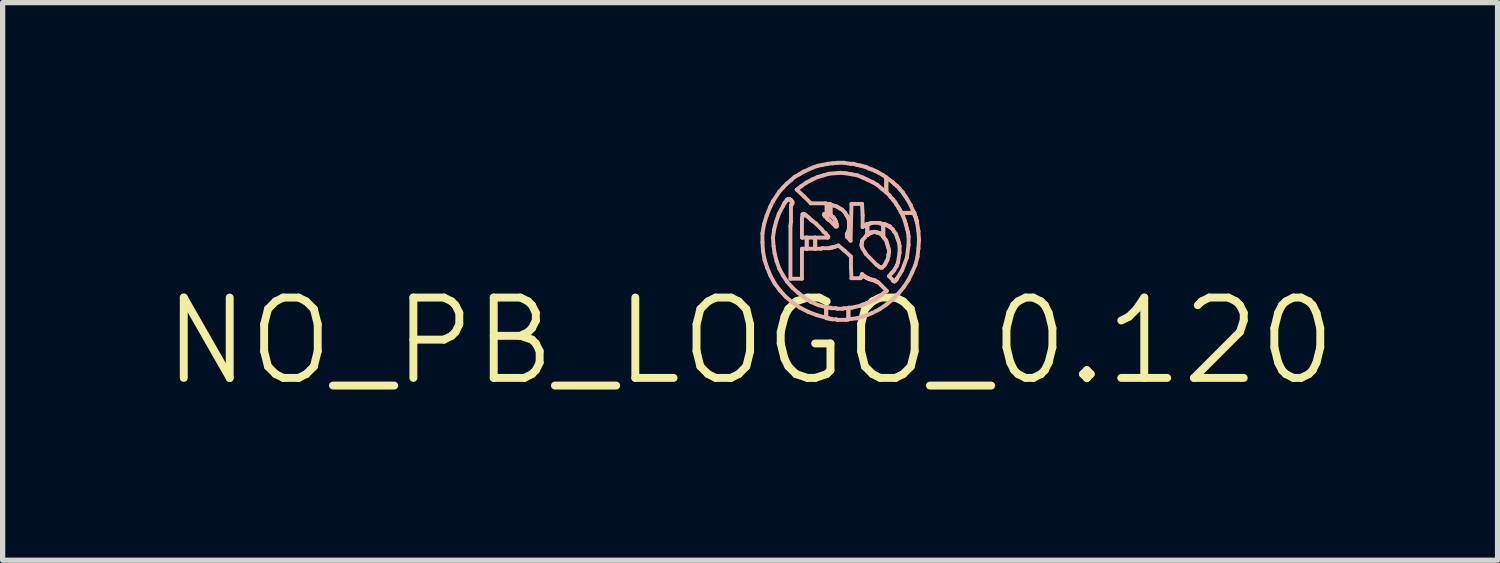
<source format=kicad_pcb>
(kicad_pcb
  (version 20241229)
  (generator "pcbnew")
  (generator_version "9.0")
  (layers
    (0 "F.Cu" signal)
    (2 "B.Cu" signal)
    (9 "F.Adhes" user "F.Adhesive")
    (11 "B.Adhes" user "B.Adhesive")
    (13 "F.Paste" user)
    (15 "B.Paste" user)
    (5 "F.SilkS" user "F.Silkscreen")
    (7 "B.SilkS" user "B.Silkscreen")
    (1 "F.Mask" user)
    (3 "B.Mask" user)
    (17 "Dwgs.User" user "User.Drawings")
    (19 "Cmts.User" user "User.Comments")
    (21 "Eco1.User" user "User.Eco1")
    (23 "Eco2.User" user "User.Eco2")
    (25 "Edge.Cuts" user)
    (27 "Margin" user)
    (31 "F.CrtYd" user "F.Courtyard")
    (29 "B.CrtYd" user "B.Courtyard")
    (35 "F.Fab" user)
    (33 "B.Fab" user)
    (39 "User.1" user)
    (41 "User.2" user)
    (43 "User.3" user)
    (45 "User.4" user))
  (footprint "NO_PB_LOGO_0.120"
    (layer "F.Cu")
    (at 11.176 3.42)
    (property "Reference" "NO_PB_LOGO_0.120" (at 0 0 0) (layer "F.SilkS") (effects (font (size 1.524 1.524) (thickness 0.15))))
    (attr exclude_from_pos_files exclude_from_bom)
    (fp_line (start 0.234 -2.045) (end 0.234 -1.875) (stroke (width 0.074) (type solid)) (layer "B.SilkS"))
    (fp_line (start 0.234 -1.875) (end 0.244 -1.714) (stroke (width 0.074) (type solid)) (layer "B.SilkS"))
    (fp_line (start 0.244 -1.714) (end 0.274 -1.544) (stroke (width 0.074) (type solid)) (layer "B.SilkS"))
    (fp_line (start 0.264 -2.215) (end 0.234 -2.045) (stroke (width 0.074) (type solid)) (layer "B.SilkS"))
    (fp_line (start 0.274 -1.544) (end 0.323 -1.394) (stroke (width 0.074) (type solid)) (layer "B.SilkS"))
    (fp_line (start 0.315 -2.383) (end 0.264 -2.215) (stroke (width 0.074) (type solid)) (layer "B.SilkS"))
    (fp_line (start 0.323 -1.394) (end 0.384 -1.245) (stroke (width 0.074) (type solid)) (layer "B.SilkS"))
    (fp_line (start 0.384 -2.553) (end 0.315 -2.383) (stroke (width 0.074) (type solid)) (layer "B.SilkS"))
    (fp_line (start 0.384 -1.245) (end 0.465 -1.095) (stroke (width 0.074) (type solid)) (layer "B.SilkS"))
    (fp_line (start 0.434 -2.654) (end 0.384 -2.553) (stroke (width 0.074) (type solid)) (layer "B.SilkS"))
    (fp_line (start 0.434 -1.963) (end 0.455 -2.113) (stroke (width 0.074) (type solid)) (layer "B.SilkS"))
    (fp_line (start 0.445 -1.803) (end 0.434 -1.963) (stroke (width 0.074) (type solid)) (layer "B.SilkS"))
    (fp_line (start 0.455 -2.113) (end 0.493 -2.263) (stroke (width 0.074) (type solid)) (layer "B.SilkS"))
    (fp_line (start 0.465 -1.664) (end 0.445 -1.803) (stroke (width 0.074) (type solid)) (layer "B.SilkS"))
    (fp_line (start 0.465 -1.095) (end 0.564 -0.963) (stroke (width 0.074) (type solid)) (layer "B.SilkS"))
    (fp_line (start 0.493 -2.263) (end 0.544 -2.413) (stroke (width 0.074) (type solid)) (layer "B.SilkS"))
    (fp_line (start 0.503 -1.514) (end 0.465 -1.664) (stroke (width 0.074) (type solid)) (layer "B.SilkS"))
    (fp_line (start 0.544 -2.413) (end 0.625 -2.563) (stroke (width 0.074) (type solid)) (layer "B.SilkS"))
    (fp_line (start 0.554 -2.835) (end 0.434 -2.654) (stroke (width 0.074) (type solid)) (layer "B.SilkS"))
    (fp_line (start 0.554 -1.374) (end 0.503 -1.514) (stroke (width 0.074) (type solid)) (layer "B.SilkS"))
    (fp_line (start 0.564 -0.963) (end 0.673 -0.843) (stroke (width 0.074) (type solid)) (layer "B.SilkS"))
    (fp_line (start 0.625 -2.913) (end 0.554 -2.835) (stroke (width 0.074) (type solid)) (layer "B.SilkS"))
    (fp_line (start 0.625 -2.563) (end 0.643 -2.603) (stroke (width 0.074) (type solid)) (layer "B.SilkS"))
    (fp_line (start 0.625 -1.245) (end 0.554 -1.374) (stroke (width 0.074) (type solid)) (layer "B.SilkS"))
    (fp_line (start 0.643 -2.603) (end 0.653 -2.614) (stroke (width 0.074) (type solid)) (layer "B.SilkS"))
    (fp_line (start 0.653 -2.614) (end 0.663 -2.634) (stroke (width 0.074) (type solid)) (layer "B.SilkS"))
    (fp_line (start 0.663 -2.634) (end 0.693 -2.664) (stroke (width 0.074) (type solid)) (layer "B.SilkS"))
    (fp_line (start 0.673 -0.843) (end 0.803 -0.734) (stroke (width 0.074) (type solid)) (layer "B.SilkS"))
    (fp_line (start 0.693 -2.985) (end 0.625 -2.913) (stroke (width 0.074) (type solid)) (layer "B.SilkS"))
    (fp_line (start 0.693 -2.675) (end 0.704 -2.675) (stroke (width 0.074) (type solid)) (layer "B.SilkS"))
    (fp_line (start 0.693 -2.664) (end 0.693 -2.675) (stroke (width 0.074) (type solid)) (layer "B.SilkS"))
    (fp_line (start 0.704 -2.685) (end 0.714 -2.685) (stroke (width 0.074) (type solid)) (layer "B.SilkS"))
    (fp_line (start 0.704 -2.675) (end 0.704 -2.685) (stroke (width 0.074) (type solid)) (layer "B.SilkS"))
    (fp_line (start 0.704 -1.123) (end 0.625 -1.245) (stroke (width 0.074) (type solid)) (layer "B.SilkS"))
    (fp_line (start 0.714 -2.685) (end 0.724 -2.695) (stroke (width 0.074) (type solid)) (layer "B.SilkS"))
    (fp_line (start 0.724 -2.695) (end 0.744 -2.695) (stroke (width 0.074) (type solid)) (layer "B.SilkS"))
    (fp_line (start 0.744 -2.695) (end 0.754 -2.685) (stroke (width 0.074) (type solid)) (layer "B.SilkS"))
    (fp_line (start 0.754 -2.685) (end 0.765 -2.685) (stroke (width 0.074) (type solid)) (layer "B.SilkS"))
    (fp_line (start 0.765 -2.685) (end 0.765 -2.675) (stroke (width 0.074) (type solid)) (layer "B.SilkS"))
    (fp_line (start 0.765 -2.675) (end 0.775 -2.675) (stroke (width 0.074) (type solid)) (layer "B.SilkS"))
    (fp_line (start 0.765 -2.184) (end 0.765 -1.184) (stroke (width 0.074) (type solid)) (layer "B.SilkS"))
    (fp_line (start 0.765 -1.184) (end 0.983 -1.184) (stroke (width 0.074) (type solid)) (layer "B.SilkS"))
    (fp_line (start 0.775 -3.053) (end 0.693 -2.985) (stroke (width 0.074) (type solid)) (layer "B.SilkS"))
    (fp_line (start 0.775 -2.675) (end 0.775 -2.664) (stroke (width 0.074) (type solid)) (layer "B.SilkS"))
    (fp_line (start 0.775 -2.664) (end 0.785 -2.664) (stroke (width 0.074) (type solid)) (layer "B.SilkS"))
    (fp_line (start 0.775 -2.563) (end 0.775 -2.263) (stroke (width 0.074) (type solid)) (layer "B.SilkS"))
    (fp_line (start 0.775 -2.263) (end 0.765 -2.184) (stroke (width 0.074) (type solid)) (layer "B.SilkS"))
    (fp_line (start 0.785 -2.664) (end 0.792 -2.654) (stroke (width 0.074) (type solid)) (layer "B.SilkS"))
    (fp_line (start 0.785 -2.603) (end 0.785 -2.583) (stroke (width 0.074) (type solid)) (layer "B.SilkS"))
    (fp_line (start 0.785 -2.583) (end 0.775 -2.563) (stroke (width 0.074) (type solid)) (layer "B.SilkS"))
    (fp_line (start 0.792 -2.654) (end 0.792 -2.644) (stroke (width 0.074) (type solid)) (layer "B.SilkS"))
    (fp_line (start 0.792 -2.644) (end 0.803 -2.644) (stroke (width 0.074) (type solid)) (layer "B.SilkS"))
    (fp_line (start 0.792 -2.614) (end 0.785 -2.603) (stroke (width 0.074) (type solid)) (layer "B.SilkS"))
    (fp_line (start 0.803 -2.644) (end 0.803 -2.614) (stroke (width 0.074) (type solid)) (layer "B.SilkS"))
    (fp_line (start 0.803 -2.614) (end 0.792 -2.614) (stroke (width 0.074) (type solid)) (layer "B.SilkS"))
    (fp_line (start 0.803 -1.013) (end 0.704 -1.123) (stroke (width 0.074) (type solid)) (layer "B.SilkS"))
    (fp_line (start 0.803 -0.734) (end 0.945 -0.635) (stroke (width 0.074) (type solid)) (layer "B.SilkS"))
    (fp_line (start 0.843 -3.114) (end 0.775 -3.053) (stroke (width 0.074) (type solid)) (layer "B.SilkS"))
    (fp_line (start 0.884 -2.873) (end 0.963 -2.934) (stroke (width 0.074) (type solid)) (layer "B.SilkS"))
    (fp_line (start 0.914 -0.914) (end 0.803 -1.013) (stroke (width 0.074) (type solid)) (layer "B.SilkS"))
    (fp_line (start 0.935 -3.165) (end 0.843 -3.114) (stroke (width 0.074) (type solid)) (layer "B.SilkS"))
    (fp_line (start 0.945 -0.635) (end 1.105 -0.554) (stroke (width 0.074) (type solid)) (layer "B.SilkS"))
    (fp_line (start 0.963 -2.934) (end 1.064 -3.005) (stroke (width 0.074) (type solid)) (layer "B.SilkS"))
    (fp_line (start 0.983 -2.334) (end 0.993 -2.355) (stroke (width 0.074) (type solid)) (layer "B.SilkS"))
    (fp_line (start 0.983 -1.963) (end 0.983 -2.334) (stroke (width 0.074) (type solid)) (layer "B.SilkS"))
    (fp_line (start 0.983 -1.753) (end 1.074 -1.753) (stroke (width 0.074) (type solid)) (layer "B.SilkS"))
    (fp_line (start 0.983 -1.184) (end 0.983 -1.753) (stroke (width 0.074) (type solid)) (layer "B.SilkS"))
    (fp_line (start 0.993 -2.403) (end 1.003 -2.413) (stroke (width 0.074) (type solid)) (layer "B.SilkS"))
    (fp_line (start 0.993 -2.355) (end 0.993 -2.403) (stroke (width 0.074) (type solid)) (layer "B.SilkS"))
    (fp_line (start 1.003 -2.413) (end 1.024 -2.413) (stroke (width 0.074) (type solid)) (layer "B.SilkS"))
    (fp_line (start 1.013 -3.213) (end 0.935 -3.165) (stroke (width 0.074) (type solid)) (layer "B.SilkS"))
    (fp_line (start 1.024 -2.743) (end 0.884 -2.873) (stroke (width 0.074) (type solid)) (layer "B.SilkS"))
    (fp_line (start 1.024 -2.413) (end 1.034 -2.403) (stroke (width 0.074) (type solid)) (layer "B.SilkS"))
    (fp_line (start 1.034 -2.403) (end 1.054 -2.393) (stroke (width 0.074) (type solid)) (layer "B.SilkS"))
    (fp_line (start 1.034 -0.823) (end 0.914 -0.914) (stroke (width 0.074) (type solid)) (layer "B.SilkS"))
    (fp_line (start 1.054 -2.393) (end 1.085 -2.365) (stroke (width 0.074) (type solid)) (layer "B.SilkS"))
    (fp_line (start 1.064 -3.005) (end 1.173 -3.063) (stroke (width 0.074) (type solid)) (layer "B.SilkS"))
    (fp_line (start 1.074 -1.963) (end 0.983 -1.963) (stroke (width 0.074) (type solid)) (layer "B.SilkS"))
    (fp_line (start 1.074 -1.963) (end 1.074 -1.753) (stroke (width 0.074) (type solid)) (layer "B.SilkS"))
    (fp_line (start 1.074 -1.753) (end 1.074 -1.963) (stroke (width 0.074) (type solid)) (layer "B.SilkS"))
    (fp_line (start 1.074 -1.753) (end 1.234 -1.753) (stroke (width 0.074) (type solid)) (layer "B.SilkS"))
    (fp_line (start 1.085 -2.365) (end 1.113 -2.344) (stroke (width 0.074) (type solid)) (layer "B.SilkS"))
    (fp_line (start 1.105 -0.554) (end 1.265 -0.493) (stroke (width 0.074) (type solid)) (layer "B.SilkS"))
    (fp_line (start 1.113 -2.344) (end 1.153 -2.304) (stroke (width 0.074) (type solid)) (layer "B.SilkS"))
    (fp_line (start 1.153 -2.614) (end 1.024 -2.743) (stroke (width 0.074) (type solid)) (layer "B.SilkS"))
    (fp_line (start 1.153 -2.304) (end 1.194 -2.273) (stroke (width 0.074) (type solid)) (layer "B.SilkS"))
    (fp_line (start 1.153 -0.744) (end 1.034 -0.823) (stroke (width 0.074) (type solid)) (layer "B.SilkS"))
    (fp_line (start 1.173 -3.063) (end 1.283 -3.114) (stroke (width 0.074) (type solid)) (layer "B.SilkS"))
    (fp_line (start 1.194 -3.294) (end 1.013 -3.213) (stroke (width 0.074) (type solid)) (layer "B.SilkS"))
    (fp_line (start 1.194 -2.273) (end 1.245 -2.233) (stroke (width 0.074) (type solid)) (layer "B.SilkS"))
    (fp_line (start 1.234 -1.963) (end 1.074 -1.963) (stroke (width 0.074) (type solid)) (layer "B.SilkS"))
    (fp_line (start 1.234 -1.963) (end 1.234 -1.753) (stroke (width 0.074) (type solid)) (layer "B.SilkS"))
    (fp_line (start 1.234 -1.753) (end 1.234 -1.963) (stroke (width 0.074) (type solid)) (layer "B.SilkS"))
    (fp_line (start 1.234 -1.753) (end 1.344 -1.753) (stroke (width 0.074) (type solid)) (layer "B.SilkS"))
    (fp_line (start 1.245 -2.233) (end 1.364 -2.113) (stroke (width 0.074) (type solid)) (layer "B.SilkS"))
    (fp_line (start 1.265 -0.493) (end 1.443 -0.445) (stroke (width 0.074) (type solid)) (layer "B.SilkS"))
    (fp_line (start 1.283 -3.325) (end 1.194 -3.294) (stroke (width 0.074) (type solid)) (layer "B.SilkS"))
    (fp_line (start 1.283 -3.114) (end 1.394 -3.145) (stroke (width 0.074) (type solid)) (layer "B.SilkS"))
    (fp_line (start 1.293 -0.683) (end 1.153 -0.744) (stroke (width 0.074) (type solid)) (layer "B.SilkS"))
    (fp_line (start 1.344 -1.753) (end 1.374 -1.763) (stroke (width 0.074) (type solid)) (layer "B.SilkS"))
    (fp_line (start 1.364 -2.113) (end 1.394 -2.073) (stroke (width 0.074) (type solid)) (layer "B.SilkS"))
    (fp_line (start 1.374 -3.343) (end 1.283 -3.325) (stroke (width 0.074) (type solid)) (layer "B.SilkS"))
    (fp_line (start 1.374 -1.763) (end 1.504 -1.763) (stroke (width 0.074) (type solid)) (layer "B.SilkS"))
    (fp_line (start 1.394 -3.145) (end 1.494 -3.175) (stroke (width 0.074) (type solid)) (layer "B.SilkS"))
    (fp_line (start 1.394 -2.073) (end 1.433 -2.045) (stroke (width 0.074) (type solid)) (layer "B.SilkS"))
    (fp_line (start 1.405 -2.413) (end 1.453 -2.413) (stroke (width 0.074) (type solid)) (layer "B.SilkS"))
    (fp_line (start 1.405 -2.393) (end 1.405 -2.413) (stroke (width 0.074) (type solid)) (layer "B.SilkS"))
    (fp_line (start 1.415 -2.383) (end 1.405 -2.393) (stroke (width 0.074) (type solid)) (layer "B.SilkS"))
    (fp_line (start 1.415 -2.375) (end 1.415 -2.383) (stroke (width 0.074) (type solid)) (layer "B.SilkS"))
    (fp_line (start 1.425 -2.365) (end 1.415 -2.375) (stroke (width 0.074) (type solid)) (layer "B.SilkS"))
    (fp_line (start 1.433 -2.614) (end 1.153 -2.614) (stroke (width 0.074) (type solid)) (layer "B.SilkS"))
    (fp_line (start 1.433 -2.045) (end 1.453 -2.014) (stroke (width 0.074) (type solid)) (layer "B.SilkS"))
    (fp_line (start 1.443 -2.603) (end 1.433 -2.614) (stroke (width 0.074) (type solid)) (layer "B.SilkS"))
    (fp_line (start 1.443 -2.355) (end 1.425 -2.365) (stroke (width 0.074) (type solid)) (layer "B.SilkS"))
    (fp_line (start 1.443 -0.643) (end 1.293 -0.683) (stroke (width 0.074) (type solid)) (layer "B.SilkS"))
    (fp_line (start 1.443 -0.643) (end 1.443 -0.445) (stroke (width 0.074) (type solid)) (layer "B.SilkS"))
    (fp_line (start 1.443 -0.445) (end 1.443 -0.643) (stroke (width 0.074) (type solid)) (layer "B.SilkS"))
    (fp_line (start 1.443 -0.445) (end 1.453 -0.445) (stroke (width 0.074) (type solid)) (layer "B.SilkS"))
    (fp_line (start 1.453 -2.603) (end 1.443 -2.603) (stroke (width 0.074) (type solid)) (layer "B.SilkS"))
    (fp_line (start 1.453 -2.603) (end 1.453 -2.403) (stroke (width 0.074) (type solid)) (layer "B.SilkS"))
    (fp_line (start 1.453 -2.413) (end 1.453 -2.403) (stroke (width 0.074) (type solid)) (layer "B.SilkS"))
    (fp_line (start 1.453 -2.403) (end 1.453 -2.603) (stroke (width 0.074) (type solid)) (layer "B.SilkS"))
    (fp_line (start 1.453 -2.403) (end 1.494 -2.403) (stroke (width 0.074) (type solid)) (layer "B.SilkS"))
    (fp_line (start 1.453 -2.344) (end 1.443 -2.355) (stroke (width 0.074) (type solid)) (layer "B.SilkS"))
    (fp_line (start 1.453 -2.014) (end 1.473 -1.994) (stroke (width 0.074) (type solid)) (layer "B.SilkS"))
    (fp_line (start 1.453 -0.445) (end 1.453 -0.434) (stroke (width 0.074) (type solid)) (layer "B.SilkS"))
    (fp_line (start 1.453 -0.434) (end 1.494 -0.434) (stroke (width 0.074) (type solid)) (layer "B.SilkS"))
    (fp_line (start 1.463 -2.324) (end 1.453 -2.344) (stroke (width 0.074) (type solid)) (layer "B.SilkS"))
    (fp_line (start 1.463 -0.643) (end 1.443 -0.643) (stroke (width 0.074) (type solid)) (layer "B.SilkS"))
    (fp_line (start 1.473 -3.363) (end 1.374 -3.343) (stroke (width 0.074) (type solid)) (layer "B.SilkS"))
    (fp_line (start 1.473 -1.994) (end 1.483 -1.974) (stroke (width 0.074) (type solid)) (layer "B.SilkS"))
    (fp_line (start 1.473 -1.963) (end 1.234 -1.963) (stroke (width 0.074) (type solid)) (layer "B.SilkS"))
    (fp_line (start 1.483 -2.304) (end 1.463 -2.324) (stroke (width 0.074) (type solid)) (layer "B.SilkS"))
    (fp_line (start 1.483 -1.974) (end 1.473 -1.963) (stroke (width 0.074) (type solid)) (layer "B.SilkS"))
    (fp_line (start 1.494 -3.175) (end 1.714 -3.193) (stroke (width 0.074) (type solid)) (layer "B.SilkS"))
    (fp_line (start 1.494 -2.603) (end 1.453 -2.603) (stroke (width 0.074) (type solid)) (layer "B.SilkS"))
    (fp_line (start 1.494 -2.593) (end 1.494 -2.603) (stroke (width 0.074) (type solid)) (layer "B.SilkS"))
    (fp_line (start 1.494 -2.403) (end 1.494 -2.393) (stroke (width 0.074) (type solid)) (layer "B.SilkS"))
    (fp_line (start 1.494 -2.393) (end 1.514 -2.393) (stroke (width 0.074) (type solid)) (layer "B.SilkS"))
    (fp_line (start 1.494 -0.635) (end 1.463 -0.643) (stroke (width 0.074) (type solid)) (layer "B.SilkS"))
    (fp_line (start 1.494 -0.434) (end 1.504 -0.424) (stroke (width 0.074) (type solid)) (layer "B.SilkS"))
    (fp_line (start 1.504 -2.294) (end 1.483 -2.304) (stroke (width 0.074) (type solid)) (layer "B.SilkS"))
    (fp_line (start 1.504 -1.763) (end 1.524 -1.773) (stroke (width 0.074) (type solid)) (layer "B.SilkS"))
    (fp_line (start 1.504 -0.424) (end 1.544 -0.424) (stroke (width 0.074) (type solid)) (layer "B.SilkS"))
    (fp_line (start 1.514 -2.393) (end 1.524 -2.383) (stroke (width 0.074) (type solid)) (layer "B.SilkS"))
    (fp_line (start 1.524 -2.593) (end 1.494 -2.593) (stroke (width 0.074) (type solid)) (layer "B.SilkS"))
    (fp_line (start 1.524 -2.593) (end 1.524 -2.383) (stroke (width 0.074) (type solid)) (layer "B.SilkS"))
    (fp_line (start 1.524 -2.383) (end 1.524 -2.593) (stroke (width 0.074) (type solid)) (layer "B.SilkS"))
    (fp_line (start 1.524 -2.383) (end 1.534 -2.383) (stroke (width 0.074) (type solid)) (layer "B.SilkS"))
    (fp_line (start 1.524 -1.773) (end 1.554 -1.773) (stroke (width 0.074) (type solid)) (layer "B.SilkS"))
    (fp_line (start 1.524 -0.635) (end 1.494 -0.635) (stroke (width 0.074) (type solid)) (layer "B.SilkS"))
    (fp_line (start 1.534 -2.383) (end 1.565 -2.355) (stroke (width 0.074) (type solid)) (layer "B.SilkS"))
    (fp_line (start 1.544 -0.625) (end 1.524 -0.635) (stroke (width 0.074) (type solid)) (layer "B.SilkS"))
    (fp_line (start 1.544 -0.424) (end 1.554 -0.414) (stroke (width 0.074) (type solid)) (layer "B.SilkS"))
    (fp_line (start 1.554 -1.773) (end 1.565 -1.783) (stroke (width 0.074) (type solid)) (layer "B.SilkS"))
    (fp_line (start 1.554 -0.414) (end 1.633 -0.414) (stroke (width 0.074) (type solid)) (layer "B.SilkS"))
    (fp_line (start 1.565 -3.373) (end 1.473 -3.363) (stroke (width 0.074) (type solid)) (layer "B.SilkS"))
    (fp_line (start 1.565 -2.355) (end 1.575 -2.355) (stroke (width 0.074) (type solid)) (layer "B.SilkS"))
    (fp_line (start 1.565 -1.783) (end 1.593 -1.783) (stroke (width 0.074) (type solid)) (layer "B.SilkS"))
    (fp_line (start 1.575 -2.573) (end 1.524 -2.593) (stroke (width 0.074) (type solid)) (layer "B.SilkS"))
    (fp_line (start 1.575 -2.355) (end 1.593 -2.334) (stroke (width 0.074) (type solid)) (layer "B.SilkS"))
    (fp_line (start 1.593 -2.334) (end 1.593 -2.324) (stroke (width 0.074) (type solid)) (layer "B.SilkS"))
    (fp_line (start 1.593 -2.324) (end 1.613 -2.304) (stroke (width 0.074) (type solid)) (layer "B.SilkS"))
    (fp_line (start 1.593 -1.783) (end 1.674 -1.814) (stroke (width 0.074) (type solid)) (layer "B.SilkS"))
    (fp_line (start 1.613 -2.304) (end 1.613 -2.283) (stroke (width 0.074) (type solid)) (layer "B.SilkS"))
    (fp_line (start 1.613 -2.283) (end 1.623 -2.273) (stroke (width 0.074) (type solid)) (layer "B.SilkS"))
    (fp_line (start 1.623 -2.563) (end 1.575 -2.573) (stroke (width 0.074) (type solid)) (layer "B.SilkS"))
    (fp_line (start 1.623 -2.273) (end 1.623 -2.263) (stroke (width 0.074) (type solid)) (layer "B.SilkS"))
    (fp_line (start 1.623 -2.263) (end 1.633 -2.253) (stroke (width 0.074) (type solid)) (layer "B.SilkS"))
    (fp_line (start 1.623 -2.174) (end 1.504 -2.294) (stroke (width 0.074) (type solid)) (layer "B.SilkS"))
    (fp_line (start 1.623 -0.625) (end 1.544 -0.625) (stroke (width 0.074) (type solid)) (layer "B.SilkS"))
    (fp_line (start 1.633 -2.253) (end 1.633 -2.223) (stroke (width 0.074) (type solid)) (layer "B.SilkS"))
    (fp_line (start 1.633 -2.223) (end 1.643 -2.215) (stroke (width 0.074) (type solid)) (layer "B.SilkS"))
    (fp_line (start 1.633 -0.414) (end 1.654 -0.404) (stroke (width 0.074) (type solid)) (layer "B.SilkS"))
    (fp_line (start 1.643 -2.215) (end 1.643 -2.174) (stroke (width 0.074) (type solid)) (layer "B.SilkS"))
    (fp_line (start 1.643 -2.174) (end 1.623 -2.174) (stroke (width 0.074) (type solid)) (layer "B.SilkS"))
    (fp_line (start 1.654 -0.615) (end 1.623 -0.625) (stroke (width 0.074) (type solid)) (layer "B.SilkS"))
    (fp_line (start 1.654 -0.404) (end 1.824 -0.404) (stroke (width 0.074) (type solid)) (layer "B.SilkS"))
    (fp_line (start 1.664 -3.383) (end 1.565 -3.373) (stroke (width 0.074) (type solid)) (layer "B.SilkS"))
    (fp_line (start 1.664 -2.543) (end 1.623 -2.563) (stroke (width 0.074) (type solid)) (layer "B.SilkS"))
    (fp_line (start 1.674 -1.814) (end 1.793 -1.714) (stroke (width 0.074) (type solid)) (layer "B.SilkS"))
    (fp_line (start 1.704 -2.515) (end 1.664 -2.543) (stroke (width 0.074) (type solid)) (layer "B.SilkS"))
    (fp_line (start 1.714 -3.193) (end 1.824 -3.183) (stroke (width 0.074) (type solid)) (layer "B.SilkS"))
    (fp_line (start 1.745 -2.494) (end 1.704 -2.515) (stroke (width 0.074) (type solid)) (layer "B.SilkS"))
    (fp_line (start 1.753 -0.615) (end 1.654 -0.615) (stroke (width 0.074) (type solid)) (layer "B.SilkS"))
    (fp_line (start 1.783 -3.383) (end 1.664 -3.383) (stroke (width 0.074) (type solid)) (layer "B.SilkS"))
    (fp_line (start 1.783 -0.625) (end 1.753 -0.615) (stroke (width 0.074) (type solid)) (layer "B.SilkS"))
    (fp_line (start 1.793 -1.714) (end 1.913 -1.603) (stroke (width 0.074) (type solid)) (layer "B.SilkS"))
    (fp_line (start 1.803 -2.433) (end 1.745 -2.494) (stroke (width 0.074) (type solid)) (layer "B.SilkS"))
    (fp_line (start 1.824 -3.183) (end 1.923 -3.165) (stroke (width 0.074) (type solid)) (layer "B.SilkS"))
    (fp_line (start 1.824 -2.393) (end 1.803 -2.433) (stroke (width 0.074) (type solid)) (layer "B.SilkS"))
    (fp_line (start 1.824 -0.404) (end 1.844 -0.414) (stroke (width 0.074) (type solid)) (layer "B.SilkS"))
    (fp_line (start 1.834 -2.024) (end 1.844 -2.035) (stroke (width 0.074) (type solid)) (layer "B.SilkS"))
    (fp_line (start 1.834 -1.984) (end 1.834 -2.024) (stroke (width 0.074) (type solid)) (layer "B.SilkS"))
    (fp_line (start 1.844 -2.365) (end 1.824 -2.393) (stroke (width 0.074) (type solid)) (layer "B.SilkS"))
    (fp_line (start 1.844 -2.045) (end 1.864 -2.093) (stroke (width 0.074) (type solid)) (layer "B.SilkS"))
    (fp_line (start 1.844 -2.035) (end 1.844 -2.045) (stroke (width 0.074) (type solid)) (layer "B.SilkS"))
    (fp_line (start 1.844 -1.984) (end 1.834 -1.984) (stroke (width 0.074) (type solid)) (layer "B.SilkS"))
    (fp_line (start 1.844 -1.974) (end 1.844 -1.984) (stroke (width 0.074) (type solid)) (layer "B.SilkS"))
    (fp_line (start 1.844 -0.414) (end 1.864 -0.414) (stroke (width 0.074) (type solid)) (layer "B.SilkS"))
    (fp_line (start 1.864 -2.324) (end 1.844 -2.365) (stroke (width 0.074) (type solid)) (layer "B.SilkS"))
    (fp_line (start 1.864 -2.093) (end 1.875 -2.144) (stroke (width 0.074) (type solid)) (layer "B.SilkS"))
    (fp_line (start 1.864 -1.953) (end 1.844 -1.974) (stroke (width 0.074) (type solid)) (layer "B.SilkS"))
    (fp_line (start 1.864 -0.625) (end 1.783 -0.625) (stroke (width 0.074) (type solid)) (layer "B.SilkS"))
    (fp_line (start 1.864 -0.625) (end 1.864 -0.414) (stroke (width 0.074) (type solid)) (layer "B.SilkS"))
    (fp_line (start 1.864 -0.414) (end 1.864 -0.625) (stroke (width 0.074) (type solid)) (layer "B.SilkS"))
    (fp_line (start 1.864 -0.414) (end 2.024 -0.434) (stroke (width 0.074) (type solid)) (layer "B.SilkS"))
    (fp_line (start 1.875 -2.283) (end 1.864 -2.324) (stroke (width 0.074) (type solid)) (layer "B.SilkS"))
    (fp_line (start 1.875 -2.144) (end 1.875 -2.283) (stroke (width 0.074) (type solid)) (layer "B.SilkS"))
    (fp_line (start 1.875 -0.635) (end 1.875 -0.625) (stroke (width 0.074) (type solid)) (layer "B.SilkS"))
    (fp_line (start 1.875 -0.625) (end 1.864 -0.625) (stroke (width 0.074) (type solid)) (layer "B.SilkS"))
    (fp_line (start 1.905 -3.363) (end 1.783 -3.383) (stroke (width 0.074) (type solid)) (layer "B.SilkS"))
    (fp_line (start 1.905 -1.905) (end 1.864 -1.953) (stroke (width 0.074) (type solid)) (layer "B.SilkS"))
    (fp_line (start 1.913 -1.603) (end 1.913 -1.394) (stroke (width 0.074) (type solid)) (layer "B.SilkS"))
    (fp_line (start 1.913 -1.394) (end 1.923 -1.194) (stroke (width 0.074) (type solid)) (layer "B.SilkS"))
    (fp_line (start 1.923 -3.165) (end 2.035 -3.145) (stroke (width 0.074) (type solid)) (layer "B.SilkS"))
    (fp_line (start 1.923 -2.603) (end 1.905 -1.905) (stroke (width 0.074) (type solid)) (layer "B.SilkS"))
    (fp_line (start 1.923 -1.194) (end 2.093 -1.194) (stroke (width 0.074) (type solid)) (layer "B.SilkS"))
    (fp_line (start 1.933 -0.635) (end 1.875 -0.635) (stroke (width 0.074) (type solid)) (layer "B.SilkS"))
    (fp_line (start 1.963 -3.363) (end 1.905 -3.363) (stroke (width 0.074) (type solid)) (layer "B.SilkS"))
    (fp_line (start 2.024 -3.343) (end 1.963 -3.363) (stroke (width 0.074) (type solid)) (layer "B.SilkS"))
    (fp_line (start 2.024 -0.434) (end 2.174 -0.475) (stroke (width 0.074) (type solid)) (layer "B.SilkS"))
    (fp_line (start 2.035 -3.145) (end 2.134 -3.104) (stroke (width 0.074) (type solid)) (layer "B.SilkS"))
    (fp_line (start 2.083 -3.332) (end 2.024 -3.343) (stroke (width 0.074) (type solid)) (layer "B.SilkS"))
    (fp_line (start 2.093 -1.194) (end 2.103 -1.204) (stroke (width 0.074) (type solid)) (layer "B.SilkS"))
    (fp_line (start 2.093 -0.673) (end 1.933 -0.635) (stroke (width 0.074) (type solid)) (layer "B.SilkS"))
    (fp_line (start 2.103 -1.214) (end 2.113 -1.214) (stroke (width 0.074) (type solid)) (layer "B.SilkS"))
    (fp_line (start 2.103 -1.204) (end 2.103 -1.214) (stroke (width 0.074) (type solid)) (layer "B.SilkS"))
    (fp_line (start 2.113 -1.844) (end 2.123 -1.864) (stroke (width 0.074) (type solid)) (layer "B.SilkS"))
    (fp_line (start 2.113 -1.814) (end 2.113 -1.844) (stroke (width 0.074) (type solid)) (layer "B.SilkS"))
    (fp_line (start 2.113 -1.234) (end 2.123 -1.273) (stroke (width 0.074) (type solid)) (layer "B.SilkS"))
    (fp_line (start 2.113 -1.214) (end 2.113 -1.234) (stroke (width 0.074) (type solid)) (layer "B.SilkS"))
    (fp_line (start 2.123 -2.603) (end 1.923 -2.603) (stroke (width 0.074) (type solid)) (layer "B.SilkS"))
    (fp_line (start 2.123 -1.895) (end 2.134 -1.923) (stroke (width 0.074) (type solid)) (layer "B.SilkS"))
    (fp_line (start 2.123 -1.864) (end 2.123 -1.895) (stroke (width 0.074) (type solid)) (layer "B.SilkS"))
    (fp_line (start 2.123 -1.273) (end 2.174 -1.224) (stroke (width 0.074) (type solid)) (layer "B.SilkS"))
    (fp_line (start 2.134 -3.104) (end 2.223 -3.063) (stroke (width 0.074) (type solid)) (layer "B.SilkS"))
    (fp_line (start 2.134 -2.383) (end 2.123 -2.603) (stroke (width 0.074) (type solid)) (layer "B.SilkS"))
    (fp_line (start 2.134 -2.164) (end 2.134 -2.383) (stroke (width 0.074) (type solid)) (layer "B.SilkS"))
    (fp_line (start 2.134 -1.923) (end 2.174 -1.963) (stroke (width 0.074) (type solid)) (layer "B.SilkS"))
    (fp_line (start 2.134 -1.753) (end 2.113 -1.814) (stroke (width 0.074) (type solid)) (layer "B.SilkS"))
    (fp_line (start 2.134 -0.693) (end 2.093 -0.673) (stroke (width 0.074) (type solid)) (layer "B.SilkS"))
    (fp_line (start 2.144 -3.315) (end 2.083 -3.332) (stroke (width 0.074) (type solid)) (layer "B.SilkS"))
    (fp_line (start 2.174 -1.963) (end 2.195 -1.994) (stroke (width 0.074) (type solid)) (layer "B.SilkS"))
    (fp_line (start 2.174 -1.694) (end 2.134 -1.753) (stroke (width 0.074) (type solid)) (layer "B.SilkS"))
    (fp_line (start 2.174 -1.224) (end 2.184 -1.224) (stroke (width 0.074) (type solid)) (layer "B.SilkS"))
    (fp_line (start 2.174 -0.704) (end 2.134 -0.693) (stroke (width 0.074) (type solid)) (layer "B.SilkS"))
    (fp_line (start 2.174 -0.475) (end 2.314 -0.533) (stroke (width 0.074) (type solid)) (layer "B.SilkS"))
    (fp_line (start 2.184 -2.195) (end 2.134 -2.164) (stroke (width 0.074) (type solid)) (layer "B.SilkS"))
    (fp_line (start 2.184 -1.224) (end 2.184 -1.214) (stroke (width 0.074) (type solid)) (layer "B.SilkS"))
    (fp_line (start 2.184 -1.214) (end 2.195 -1.214) (stroke (width 0.074) (type solid)) (layer "B.SilkS"))
    (fp_line (start 2.195 -3.305) (end 2.144 -3.315) (stroke (width 0.074) (type solid)) (layer "B.SilkS"))
    (fp_line (start 2.195 -2.205) (end 2.184 -2.195) (stroke (width 0.074) (type solid)) (layer "B.SilkS"))
    (fp_line (start 2.195 -1.994) (end 2.223 -2.014) (stroke (width 0.074) (type solid)) (layer "B.SilkS"))
    (fp_line (start 2.195 -1.654) (end 2.174 -1.694) (stroke (width 0.074) (type solid)) (layer "B.SilkS"))
    (fp_line (start 2.195 -1.214) (end 2.205 -1.204) (stroke (width 0.074) (type solid)) (layer "B.SilkS"))
    (fp_line (start 2.205 -2.215) (end 2.205 -2.205) (stroke (width 0.074) (type solid)) (layer "B.SilkS"))
    (fp_line (start 2.205 -2.205) (end 2.195 -2.205) (stroke (width 0.074) (type solid)) (layer "B.SilkS"))
    (fp_line (start 2.205 -1.204) (end 2.215 -1.204) (stroke (width 0.074) (type solid)) (layer "B.SilkS"))
    (fp_line (start 2.215 -1.204) (end 2.223 -1.194) (stroke (width 0.074) (type solid)) (layer "B.SilkS"))
    (fp_line (start 2.215 -0.724) (end 2.174 -0.704) (stroke (width 0.074) (type solid)) (layer "B.SilkS"))
    (fp_line (start 2.223 -3.063) (end 2.324 -3.015) (stroke (width 0.074) (type solid)) (layer "B.SilkS"))
    (fp_line (start 2.223 -2.215) (end 2.205 -2.215) (stroke (width 0.074) (type solid)) (layer "B.SilkS"))
    (fp_line (start 2.223 -2.215) (end 2.223 -2.014) (stroke (width 0.074) (type solid)) (layer "B.SilkS"))
    (fp_line (start 2.223 -2.024) (end 2.233 -2.024) (stroke (width 0.074) (type solid)) (layer "B.SilkS"))
    (fp_line (start 2.223 -2.014) (end 2.223 -2.215) (stroke (width 0.074) (type solid)) (layer "B.SilkS"))
    (fp_line (start 2.223 -2.014) (end 2.223 -2.024) (stroke (width 0.074) (type solid)) (layer "B.SilkS"))
    (fp_line (start 2.223 -1.194) (end 2.243 -1.194) (stroke (width 0.074) (type solid)) (layer "B.SilkS"))
    (fp_line (start 2.233 -2.223) (end 2.223 -2.215) (stroke (width 0.074) (type solid)) (layer "B.SilkS"))
    (fp_line (start 2.233 -2.024) (end 2.243 -2.035) (stroke (width 0.074) (type solid)) (layer "B.SilkS"))
    (fp_line (start 2.243 -2.035) (end 2.253 -2.035) (stroke (width 0.074) (type solid)) (layer "B.SilkS"))
    (fp_line (start 2.243 -1.194) (end 2.243 -1.184) (stroke (width 0.074) (type solid)) (layer "B.SilkS"))
    (fp_line (start 2.243 -1.184) (end 2.253 -1.184) (stroke (width 0.074) (type solid)) (layer "B.SilkS"))
    (fp_line (start 2.253 -3.274) (end 2.195 -3.305) (stroke (width 0.074) (type solid)) (layer "B.SilkS"))
    (fp_line (start 2.253 -2.223) (end 2.233 -2.223) (stroke (width 0.074) (type solid)) (layer "B.SilkS"))
    (fp_line (start 2.253 -2.045) (end 2.273 -2.045) (stroke (width 0.074) (type solid)) (layer "B.SilkS"))
    (fp_line (start 2.253 -2.035) (end 2.253 -2.045) (stroke (width 0.074) (type solid)) (layer "B.SilkS"))
    (fp_line (start 2.253 -1.184) (end 2.263 -1.173) (stroke (width 0.074) (type solid)) (layer "B.SilkS"))
    (fp_line (start 2.253 -0.734) (end 2.215 -0.724) (stroke (width 0.074) (type solid)) (layer "B.SilkS"))
    (fp_line (start 2.263 -1.173) (end 2.294 -1.173) (stroke (width 0.074) (type solid)) (layer "B.SilkS"))
    (fp_line (start 2.273 -2.233) (end 2.253 -2.223) (stroke (width 0.074) (type solid)) (layer "B.SilkS"))
    (fp_line (start 2.273 -2.055) (end 2.283 -2.055) (stroke (width 0.074) (type solid)) (layer "B.SilkS"))
    (fp_line (start 2.273 -2.045) (end 2.273 -2.055) (stroke (width 0.074) (type solid)) (layer "B.SilkS"))
    (fp_line (start 2.283 -2.233) (end 2.273 -2.233) (stroke (width 0.074) (type solid)) (layer "B.SilkS"))
    (fp_line (start 2.283 -2.055) (end 2.294 -2.062) (stroke (width 0.074) (type solid)) (layer "B.SilkS"))
    (fp_line (start 2.294 -2.062) (end 2.324 -2.062) (stroke (width 0.074) (type solid)) (layer "B.SilkS"))
    (fp_line (start 2.294 -1.173) (end 2.304 -1.163) (stroke (width 0.074) (type solid)) (layer "B.SilkS"))
    (fp_line (start 2.304 -2.243) (end 2.283 -2.233) (stroke (width 0.074) (type solid)) (layer "B.SilkS"))
    (fp_line (start 2.304 -1.163) (end 2.334 -1.163) (stroke (width 0.074) (type solid)) (layer "B.SilkS"))
    (fp_line (start 2.314 -3.254) (end 2.253 -3.274) (stroke (width 0.074) (type solid)) (layer "B.SilkS"))
    (fp_line (start 2.314 -0.533) (end 2.454 -0.605) (stroke (width 0.074) (type solid)) (layer "B.SilkS"))
    (fp_line (start 2.324 -3.015) (end 2.413 -2.964) (stroke (width 0.074) (type solid)) (layer "B.SilkS"))
    (fp_line (start 2.324 -2.062) (end 2.334 -2.073) (stroke (width 0.074) (type solid)) (layer "B.SilkS"))
    (fp_line (start 2.334 -2.073) (end 2.375 -2.073) (stroke (width 0.074) (type solid)) (layer "B.SilkS"))
    (fp_line (start 2.334 -1.163) (end 2.344 -1.153) (stroke (width 0.074) (type solid)) (layer "B.SilkS"))
    (fp_line (start 2.344 -1.153) (end 2.365 -1.153) (stroke (width 0.074) (type solid)) (layer "B.SilkS"))
    (fp_line (start 2.365 -3.233) (end 2.314 -3.254) (stroke (width 0.074) (type solid)) (layer "B.SilkS"))
    (fp_line (start 2.365 -1.153) (end 2.375 -1.143) (stroke (width 0.074) (type solid)) (layer "B.SilkS"))
    (fp_line (start 2.375 -2.073) (end 2.393 -2.062) (stroke (width 0.074) (type solid)) (layer "B.SilkS"))
    (fp_line (start 2.375 -1.143) (end 2.383 -1.143) (stroke (width 0.074) (type solid)) (layer "B.SilkS"))
    (fp_line (start 2.375 -0.792) (end 2.253 -0.734) (stroke (width 0.074) (type solid)) (layer "B.SilkS"))
    (fp_line (start 2.383 -1.143) (end 2.403 -1.123) (stroke (width 0.074) (type solid)) (layer "B.SilkS"))
    (fp_line (start 2.393 -2.062) (end 2.413 -2.062) (stroke (width 0.074) (type solid)) (layer "B.SilkS"))
    (fp_line (start 2.403 -1.443) (end 2.195 -1.654) (stroke (width 0.074) (type solid)) (layer "B.SilkS"))
    (fp_line (start 2.403 -1.123) (end 2.413 -1.123) (stroke (width 0.074) (type solid)) (layer "B.SilkS"))
    (fp_line (start 2.403 -0.813) (end 2.375 -0.792) (stroke (width 0.074) (type solid)) (layer "B.SilkS"))
    (fp_line (start 2.413 -2.964) (end 2.494 -2.893) (stroke (width 0.074) (type solid)) (layer "B.SilkS"))
    (fp_line (start 2.413 -2.062) (end 2.423 -2.055) (stroke (width 0.074) (type solid)) (layer "B.SilkS"))
    (fp_line (start 2.413 -1.123) (end 2.433 -1.113) (stroke (width 0.074) (type solid)) (layer "B.SilkS"))
    (fp_line (start 2.423 -3.203) (end 2.365 -3.233) (stroke (width 0.074) (type solid)) (layer "B.SilkS"))
    (fp_line (start 2.423 -2.055) (end 2.433 -2.055) (stroke (width 0.074) (type solid)) (layer "B.SilkS"))
    (fp_line (start 2.423 -1.433) (end 2.403 -1.443) (stroke (width 0.074) (type solid)) (layer "B.SilkS"))
    (fp_line (start 2.433 -2.055) (end 2.454 -2.045) (stroke (width 0.074) (type solid)) (layer "B.SilkS"))
    (fp_line (start 2.433 -1.113) (end 2.593 -0.953) (stroke (width 0.074) (type solid)) (layer "B.SilkS"))
    (fp_line (start 2.443 -2.243) (end 2.304 -2.243) (stroke (width 0.074) (type solid)) (layer "B.SilkS"))
    (fp_line (start 2.443 -0.843) (end 2.403 -0.813) (stroke (width 0.074) (type solid)) (layer "B.SilkS"))
    (fp_line (start 2.454 -2.045) (end 2.464 -2.045) (stroke (width 0.074) (type solid)) (layer "B.SilkS"))
    (fp_line (start 2.454 -1.405) (end 2.423 -1.433) (stroke (width 0.074) (type solid)) (layer "B.SilkS"))
    (fp_line (start 2.454 -0.605) (end 2.583 -0.693) (stroke (width 0.074) (type solid)) (layer "B.SilkS"))
    (fp_line (start 2.464 -2.233) (end 2.443 -2.243) (stroke (width 0.074) (type solid)) (layer "B.SilkS"))
    (fp_line (start 2.464 -2.045) (end 2.525 -1.984) (stroke (width 0.074) (type solid)) (layer "B.SilkS"))
    (fp_line (start 2.464 -1.405) (end 2.454 -1.405) (stroke (width 0.074) (type solid)) (layer "B.SilkS"))
    (fp_line (start 2.474 -1.394) (end 2.464 -1.405) (stroke (width 0.074) (type solid)) (layer "B.SilkS"))
    (fp_line (start 2.484 -2.233) (end 2.464 -2.233) (stroke (width 0.074) (type solid)) (layer "B.SilkS"))
    (fp_line (start 2.494 -2.893) (end 2.583 -2.824) (stroke (width 0.074) (type solid)) (layer "B.SilkS"))
    (fp_line (start 2.504 -2.223) (end 2.484 -2.233) (stroke (width 0.074) (type solid)) (layer "B.SilkS"))
    (fp_line (start 2.504 -1.394) (end 2.474 -1.394) (stroke (width 0.074) (type solid)) (layer "B.SilkS"))
    (fp_line (start 2.504 -0.884) (end 2.443 -0.843) (stroke (width 0.074) (type solid)) (layer "B.SilkS"))
    (fp_line (start 2.525 -3.145) (end 2.423 -3.203) (stroke (width 0.074) (type solid)) (layer "B.SilkS"))
    (fp_line (start 2.525 -2.223) (end 2.504 -2.223) (stroke (width 0.074) (type solid)) (layer "B.SilkS"))
    (fp_line (start 2.525 -2.223) (end 2.525 -1.984) (stroke (width 0.074) (type solid)) (layer "B.SilkS"))
    (fp_line (start 2.525 -1.984) (end 2.525 -2.223) (stroke (width 0.074) (type solid)) (layer "B.SilkS"))
    (fp_line (start 2.525 -1.984) (end 2.543 -1.953) (stroke (width 0.074) (type solid)) (layer "B.SilkS"))
    (fp_line (start 2.535 -2.223) (end 2.525 -2.223) (stroke (width 0.074) (type solid)) (layer "B.SilkS"))
    (fp_line (start 2.535 -0.914) (end 2.504 -0.884) (stroke (width 0.074) (type solid)) (layer "B.SilkS"))
    (fp_line (start 2.543 -2.215) (end 2.535 -2.223) (stroke (width 0.074) (type solid)) (layer "B.SilkS"))
    (fp_line (start 2.543 -1.953) (end 2.563 -1.933) (stroke (width 0.074) (type solid)) (layer "B.SilkS"))
    (fp_line (start 2.543 -1.433) (end 2.504 -1.394) (stroke (width 0.074) (type solid)) (layer "B.SilkS"))
    (fp_line (start 2.563 -2.215) (end 2.543 -2.215) (stroke (width 0.074) (type solid)) (layer "B.SilkS"))
    (fp_line (start 2.563 -1.933) (end 2.583 -1.905) (stroke (width 0.074) (type solid)) (layer "B.SilkS"))
    (fp_line (start 2.563 -1.463) (end 2.543 -1.433) (stroke (width 0.074) (type solid)) (layer "B.SilkS"))
    (fp_line (start 2.573 -2.205) (end 2.563 -2.215) (stroke (width 0.074) (type solid)) (layer "B.SilkS"))
    (fp_line (start 2.583 -3.104) (end 2.525 -3.145) (stroke (width 0.074) (type solid)) (layer "B.SilkS"))
    (fp_line (start 2.583 -3.104) (end 2.583 -2.824) (stroke (width 0.074) (type solid)) (layer "B.SilkS"))
    (fp_line (start 2.583 -2.824) (end 2.583 -3.104) (stroke (width 0.074) (type solid)) (layer "B.SilkS"))
    (fp_line (start 2.583 -2.824) (end 2.644 -2.764) (stroke (width 0.074) (type solid)) (layer "B.SilkS"))
    (fp_line (start 2.583 -1.905) (end 2.593 -1.864) (stroke (width 0.074) (type solid)) (layer "B.SilkS"))
    (fp_line (start 2.583 -1.504) (end 2.563 -1.463) (stroke (width 0.074) (type solid)) (layer "B.SilkS"))
    (fp_line (start 2.583 -0.693) (end 2.703 -0.792) (stroke (width 0.074) (type solid)) (layer "B.SilkS"))
    (fp_line (start 2.593 -2.205) (end 2.573 -2.205) (stroke (width 0.074) (type solid)) (layer "B.SilkS"))
    (fp_line (start 2.593 -1.864) (end 2.603 -1.834) (stroke (width 0.074) (type solid)) (layer "B.SilkS"))
    (fp_line (start 2.593 -0.953) (end 2.535 -0.914) (stroke (width 0.074) (type solid)) (layer "B.SilkS"))
    (fp_line (start 2.603 -1.834) (end 2.614 -1.793) (stroke (width 0.074) (type solid)) (layer "B.SilkS"))
    (fp_line (start 2.603 -1.534) (end 2.583 -1.504) (stroke (width 0.074) (type solid)) (layer "B.SilkS"))
    (fp_line (start 2.614 -2.184) (end 2.593 -2.205) (stroke (width 0.074) (type solid)) (layer "B.SilkS"))
    (fp_line (start 2.614 -1.793) (end 2.624 -1.763) (stroke (width 0.074) (type solid)) (layer "B.SilkS"))
    (fp_line (start 2.624 -1.763) (end 2.634 -1.725) (stroke (width 0.074) (type solid)) (layer "B.SilkS"))
    (fp_line (start 2.624 -1.643) (end 2.624 -1.613) (stroke (width 0.074) (type solid)) (layer "B.SilkS"))
    (fp_line (start 2.624 -1.613) (end 2.603 -1.534) (stroke (width 0.074) (type solid)) (layer "B.SilkS"))
    (fp_line (start 2.634 -2.184) (end 2.614 -2.184) (stroke (width 0.074) (type solid)) (layer "B.SilkS"))
    (fp_line (start 2.634 -1.725) (end 2.634 -1.684) (stroke (width 0.074) (type solid)) (layer "B.SilkS"))
    (fp_line (start 2.634 -1.684) (end 2.624 -1.643) (stroke (width 0.074) (type solid)) (layer "B.SilkS"))
    (fp_line (start 2.634 -1.234) (end 2.685 -1.293) (stroke (width 0.074) (type solid)) (layer "B.SilkS"))
    (fp_line (start 2.644 -2.764) (end 2.664 -2.733) (stroke (width 0.074) (type solid)) (layer "B.SilkS"))
    (fp_line (start 2.644 -2.174) (end 2.634 -2.184) (stroke (width 0.074) (type solid)) (layer "B.SilkS"))
    (fp_line (start 2.654 -2.174) (end 2.644 -2.174) (stroke (width 0.074) (type solid)) (layer "B.SilkS"))
    (fp_line (start 2.654 -2.164) (end 2.654 -2.174) (stroke (width 0.074) (type solid)) (layer "B.SilkS"))
    (fp_line (start 2.664 -2.733) (end 2.703 -2.695) (stroke (width 0.074) (type solid)) (layer "B.SilkS"))
    (fp_line (start 2.664 -2.154) (end 2.654 -2.164) (stroke (width 0.074) (type solid)) (layer "B.SilkS"))
    (fp_line (start 2.685 -1.293) (end 2.723 -1.333) (stroke (width 0.074) (type solid)) (layer "B.SilkS"))
    (fp_line (start 2.703 -3.015) (end 2.583 -3.104) (stroke (width 0.074) (type solid)) (layer "B.SilkS"))
    (fp_line (start 2.703 -2.695) (end 2.723 -2.664) (stroke (width 0.074) (type solid)) (layer "B.SilkS"))
    (fp_line (start 2.703 -2.123) (end 2.664 -2.154) (stroke (width 0.074) (type solid)) (layer "B.SilkS"))
    (fp_line (start 2.703 -0.792) (end 2.814 -0.904) (stroke (width 0.074) (type solid)) (layer "B.SilkS"))
    (fp_line (start 2.713 -1.153) (end 2.634 -1.234) (stroke (width 0.074) (type solid)) (layer "B.SilkS"))
    (fp_line (start 2.713 -1.143) (end 2.713 -1.153) (stroke (width 0.074) (type solid)) (layer "B.SilkS"))
    (fp_line (start 2.723 -2.664) (end 2.743 -2.644) (stroke (width 0.074) (type solid)) (layer "B.SilkS"))
    (fp_line (start 2.723 -1.333) (end 2.784 -1.433) (stroke (width 0.074) (type solid)) (layer "B.SilkS"))
    (fp_line (start 2.733 -2.073) (end 2.703 -2.123) (stroke (width 0.074) (type solid)) (layer "B.SilkS"))
    (fp_line (start 2.733 -1.143) (end 2.713 -1.143) (stroke (width 0.074) (type solid)) (layer "B.SilkS"))
    (fp_line (start 2.733 -1.133) (end 2.733 -1.143) (stroke (width 0.074) (type solid)) (layer "B.SilkS"))
    (fp_line (start 2.743 -2.974) (end 2.703 -3.015) (stroke (width 0.074) (type solid)) (layer "B.SilkS"))
    (fp_line (start 2.743 -2.644) (end 2.764 -2.614) (stroke (width 0.074) (type solid)) (layer "B.SilkS"))
    (fp_line (start 2.743 -1.133) (end 2.733 -1.133) (stroke (width 0.074) (type solid)) (layer "B.SilkS"))
    (fp_line (start 2.764 -2.614) (end 2.774 -2.593) (stroke (width 0.074) (type solid)) (layer "B.SilkS"))
    (fp_line (start 2.764 -2.035) (end 2.733 -2.073) (stroke (width 0.074) (type solid)) (layer "B.SilkS"))
    (fp_line (start 2.774 -2.593) (end 2.814 -2.535) (stroke (width 0.074) (type solid)) (layer "B.SilkS"))
    (fp_line (start 2.774 -1.173) (end 2.774 -1.163) (stroke (width 0.074) (type solid)) (layer "B.SilkS"))
    (fp_line (start 2.774 -1.163) (end 2.743 -1.133) (stroke (width 0.074) (type solid)) (layer "B.SilkS"))
    (fp_line (start 2.784 -2.944) (end 2.743 -2.974) (stroke (width 0.074) (type solid)) (layer "B.SilkS"))
    (fp_line (start 2.784 -1.974) (end 2.764 -2.035) (stroke (width 0.074) (type solid)) (layer "B.SilkS"))
    (fp_line (start 2.784 -1.433) (end 2.804 -1.494) (stroke (width 0.074) (type solid)) (layer "B.SilkS"))
    (fp_line (start 2.784 -1.184) (end 2.774 -1.173) (stroke (width 0.074) (type solid)) (layer "B.SilkS"))
    (fp_line (start 2.804 -1.923) (end 2.784 -1.974) (stroke (width 0.074) (type solid)) (layer "B.SilkS"))
    (fp_line (start 2.804 -1.494) (end 2.835 -1.674) (stroke (width 0.074) (type solid)) (layer "B.SilkS"))
    (fp_line (start 2.814 -2.535) (end 2.824 -2.515) (stroke (width 0.074) (type solid)) (layer "B.SilkS"))
    (fp_line (start 2.814 -0.904) (end 2.913 -1.024) (stroke (width 0.074) (type solid)) (layer "B.SilkS"))
    (fp_line (start 2.824 -2.903) (end 2.784 -2.944) (stroke (width 0.074) (type solid)) (layer "B.SilkS"))
    (fp_line (start 2.824 -2.515) (end 2.845 -2.484) (stroke (width 0.074) (type solid)) (layer "B.SilkS"))
    (fp_line (start 2.824 -1.864) (end 2.804 -1.923) (stroke (width 0.074) (type solid)) (layer "B.SilkS"))
    (fp_line (start 2.835 -1.803) (end 2.824 -1.864) (stroke (width 0.074) (type solid)) (layer "B.SilkS"))
    (fp_line (start 2.835 -1.674) (end 2.835 -1.803) (stroke (width 0.074) (type solid)) (layer "B.SilkS"))
    (fp_line (start 2.845 -2.484) (end 2.855 -2.454) (stroke (width 0.074) (type solid)) (layer "B.SilkS"))
    (fp_line (start 2.855 -2.863) (end 2.824 -2.903) (stroke (width 0.074) (type solid)) (layer "B.SilkS"))
    (fp_line (start 2.855 -2.454) (end 2.873 -2.433) (stroke (width 0.074) (type solid)) (layer "B.SilkS"))
    (fp_line (start 2.873 -2.433) (end 2.903 -2.365) (stroke (width 0.074) (type solid)) (layer "B.SilkS"))
    (fp_line (start 2.873 -2.433) (end 3.114 -2.433) (stroke (width 0.074) (type solid)) (layer "B.SilkS"))
    (fp_line (start 2.883 -1.344) (end 2.784 -1.184) (stroke (width 0.074) (type solid)) (layer "B.SilkS"))
    (fp_line (start 2.893 -2.824) (end 2.855 -2.863) (stroke (width 0.074) (type solid)) (layer "B.SilkS"))
    (fp_line (start 2.903 -2.365) (end 2.934 -2.283) (stroke (width 0.074) (type solid)) (layer "B.SilkS"))
    (fp_line (start 2.913 -1.024) (end 3.005 -1.163) (stroke (width 0.074) (type solid)) (layer "B.SilkS"))
    (fp_line (start 2.924 -2.774) (end 2.893 -2.824) (stroke (width 0.074) (type solid)) (layer "B.SilkS"))
    (fp_line (start 2.934 -2.283) (end 2.954 -2.215) (stroke (width 0.074) (type solid)) (layer "B.SilkS"))
    (fp_line (start 2.954 -2.733) (end 2.924 -2.774) (stroke (width 0.074) (type solid)) (layer "B.SilkS"))
    (fp_line (start 2.954 -2.215) (end 2.974 -2.134) (stroke (width 0.074) (type solid)) (layer "B.SilkS"))
    (fp_line (start 2.974 -2.134) (end 2.995 -2.062) (stroke (width 0.074) (type solid)) (layer "B.SilkS"))
    (fp_line (start 2.974 -1.585) (end 2.883 -1.344) (stroke (width 0.074) (type solid)) (layer "B.SilkS"))
    (fp_line (start 2.995 -2.062) (end 3.005 -1.984) (stroke (width 0.074) (type solid)) (layer "B.SilkS"))
    (fp_line (start 3.005 -1.984) (end 3.005 -1.824) (stroke (width 0.074) (type solid)) (layer "B.SilkS"))
    (fp_line (start 3.005 -1.824) (end 2.974 -1.585) (stroke (width 0.074) (type solid)) (layer "B.SilkS"))
    (fp_line (start 3.005 -1.163) (end 3.073 -1.303) (stroke (width 0.074) (type solid)) (layer "B.SilkS"))
    (fp_line (start 3.043 -2.583) (end 2.954 -2.733) (stroke (width 0.074) (type solid)) (layer "B.SilkS"))
    (fp_line (start 3.073 -1.303) (end 3.134 -1.443) (stroke (width 0.074) (type solid)) (layer "B.SilkS"))
    (fp_line (start 3.084 -2.484) (end 3.043 -2.583) (stroke (width 0.074) (type solid)) (layer "B.SilkS"))
    (fp_line (start 3.114 -2.433) (end 2.873 -2.433) (stroke (width 0.074) (type solid)) (layer "B.SilkS"))
    (fp_line (start 3.114 -2.433) (end 3.084 -2.484) (stroke (width 0.074) (type solid)) (layer "B.SilkS"))
    (fp_line (start 3.114 -2.403) (end 3.114 -2.433) (stroke (width 0.074) (type solid)) (layer "B.SilkS"))
    (fp_line (start 3.124 -2.393) (end 3.114 -2.403) (stroke (width 0.074) (type solid)) (layer "B.SilkS"))
    (fp_line (start 3.124 -2.375) (end 3.124 -2.393) (stroke (width 0.074) (type solid)) (layer "B.SilkS"))
    (fp_line (start 3.134 -2.365) (end 3.124 -2.375) (stroke (width 0.074) (type solid)) (layer "B.SilkS"))
    (fp_line (start 3.134 -2.355) (end 3.134 -2.365) (stroke (width 0.074) (type solid)) (layer "B.SilkS"))
    (fp_line (start 3.134 -1.443) (end 3.175 -1.603) (stroke (width 0.074) (type solid)) (layer "B.SilkS"))
    (fp_line (start 3.145 -2.344) (end 3.134 -2.355) (stroke (width 0.074) (type solid)) (layer "B.SilkS"))
    (fp_line (start 3.145 -2.324) (end 3.145 -2.344) (stroke (width 0.074) (type solid)) (layer "B.SilkS"))
    (fp_line (start 3.155 -2.304) (end 3.145 -2.324) (stroke (width 0.074) (type solid)) (layer "B.SilkS"))
    (fp_line (start 3.155 -2.283) (end 3.155 -2.304) (stroke (width 0.074) (type solid)) (layer "B.SilkS"))
    (fp_line (start 3.165 -2.273) (end 3.155 -2.283) (stroke (width 0.074) (type solid)) (layer "B.SilkS"))
    (fp_line (start 3.165 -2.253) (end 3.165 -2.273) (stroke (width 0.074) (type solid)) (layer "B.SilkS"))
    (fp_line (start 3.175 -1.603) (end 3.193 -1.763) (stroke (width 0.074) (type solid)) (layer "B.SilkS"))
    (fp_line (start 3.193 -2.083) (end 3.165 -2.253) (stroke (width 0.074) (type solid)) (layer "B.SilkS"))
    (fp_line (start 3.193 -1.763) (end 3.203 -1.923) (stroke (width 0.074) (type solid)) (layer "B.SilkS"))
    (fp_line (start 3.203 -1.923) (end 3.193 -2.083) (stroke (width 0.074) (type solid)) (layer "B.SilkS")))
  (gr_rect
    (start -3 -3)
    (end 25.352 7.575)
    (stroke (width 0.1) (type default))
    (fill no)
    (layer "Edge.Cuts")))
</source>
